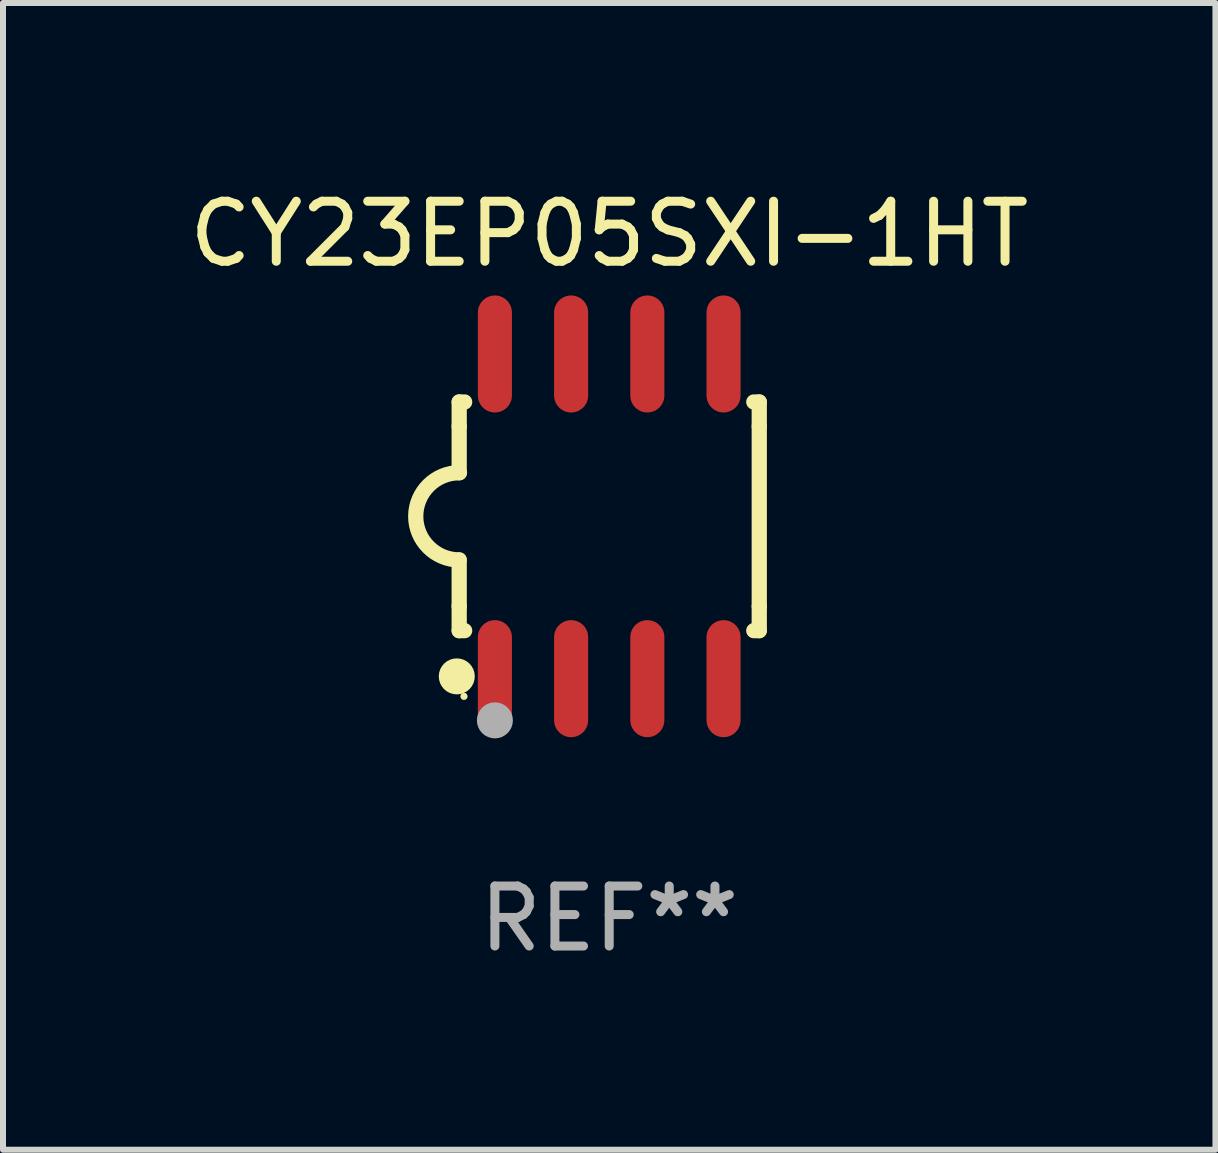
<source format=kicad_pcb>
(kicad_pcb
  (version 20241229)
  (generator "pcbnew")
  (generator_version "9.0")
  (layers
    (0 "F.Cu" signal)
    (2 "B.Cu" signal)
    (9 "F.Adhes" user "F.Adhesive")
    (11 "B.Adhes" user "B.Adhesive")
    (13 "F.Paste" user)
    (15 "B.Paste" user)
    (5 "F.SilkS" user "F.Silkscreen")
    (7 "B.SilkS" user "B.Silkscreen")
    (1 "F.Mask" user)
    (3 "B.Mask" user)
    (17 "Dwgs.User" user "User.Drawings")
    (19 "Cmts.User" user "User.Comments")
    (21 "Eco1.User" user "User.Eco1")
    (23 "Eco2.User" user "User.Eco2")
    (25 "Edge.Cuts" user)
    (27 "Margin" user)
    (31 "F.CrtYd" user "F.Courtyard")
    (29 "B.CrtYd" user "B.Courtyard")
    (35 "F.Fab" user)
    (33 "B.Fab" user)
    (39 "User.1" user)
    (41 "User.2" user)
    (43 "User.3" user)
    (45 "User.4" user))
  (footprint "CY23EP05SXI-1HT"
    (layer "F.Cu")
    (at 7.101 5.553)
    (property "Reference" "CY23EP05SXI-1HT" (at 0 -4.705 0) (layer "F.SilkS") (effects (font (size 1 1) (thickness 0.15))))
    (attr through_hole)
    (fp_line (start -2.5 -1.905) (end -2.409 -1.905) (stroke (width 0.254) (type solid)) (layer "F.SilkS"))
    (fp_line (start -2.5 -1.5) (end -2.5 -1.905) (stroke (width 0.254) (type solid)) (layer "F.SilkS"))
    (fp_line (start -2.5 -1.5) (end -2.5 -0.726) (stroke (width 0.254) (type solid)) (layer "F.SilkS"))
    (fp_line (start -2.5 1.5) (end -2.5 0.727) (stroke (width 0.254) (type solid)) (layer "F.SilkS"))
    (fp_line (start -2.5 1.5) (end -2.5 1.905) (stroke (width 0.254) (type solid)) (layer "F.SilkS"))
    (fp_line (start -2.5 1.905) (end -2.409 1.905) (stroke (width 0.254) (type solid)) (layer "F.SilkS"))
    (fp_line (start 2.5 -1.905) (end 2.409 -1.905) (stroke (width 0.254) (type solid)) (layer "F.SilkS"))
    (fp_line (start 2.5 -1.5) (end 2.5 -1.905) (stroke (width 0.254) (type solid)) (layer "F.SilkS"))
    (fp_line (start 2.5 -1.5) (end 2.5 1.5) (stroke (width 0.254) (type solid)) (layer "F.SilkS"))
    (fp_line (start 2.5 1.5) (end 2.5 1.905) (stroke (width 0.254) (type solid)) (layer "F.SilkS"))
    (fp_line (start 2.5 1.905) (end 2.409 1.905) (stroke (width 0.254) (type solid)) (layer "F.SilkS"))
    (fp_arc (start -2.5 0.726568) (mid -3.220316 -0.0023) (end -2.495097 -0.726289) (stroke (width 0.254001) (type solid)) (layer "F.SilkS"))
    (fp_circle (center -2.54 2.667) (end -2.39 2.667) (stroke (width 0.3) (type solid)) (fill no) (layer "F.SilkS"))
    (fp_circle (center -2.42 3) (end -2.39 3) (stroke (width 0.06) (type solid)) (fill no) (layer "F.SilkS"))
    (fp_circle (center -1.905 3.4) (end -1.755 3.4) (stroke (width 0.3) (type solid)) (fill no) (layer "F.Fab"))
    (fp_text user "REF**" (at 0 6.705 0) (layer "F.Fab") (effects (font (size 1 1) (thickness 0.15))))
    (pad "1" smd oval (at -1.905 2.705) (size 0.568 1.95) (layers "F.Cu" "F.Mask" "F.Paste"))
    (pad "2" smd oval (at -0.635 2.705) (size 0.568 1.95) (layers "F.Cu" "F.Mask" "F.Paste"))
    (pad "3" smd oval (at 0.635 2.705) (size 0.568 1.95) (layers "F.Cu" "F.Mask" "F.Paste"))
    (pad "4" smd oval (at 1.905 2.705) (size 0.568 1.95) (layers "F.Cu" "F.Mask" "F.Paste"))
    (pad "5" smd oval (at 1.905 -2.705) (size 0.568 1.95) (layers "F.Cu" "F.Mask" "F.Paste"))
    (pad "6" smd oval (at 0.635 -2.705) (size 0.568 1.95) (layers "F.Cu" "F.Mask" "F.Paste"))
    (pad "7" smd oval (at -0.635 -2.705) (size 0.568 1.95) (layers "F.Cu" "F.Mask" "F.Paste"))
    (pad "8" smd oval (at -1.905 -2.705) (size 0.568 1.95) (layers "F.Cu" "F.Mask" "F.Paste")))
  (gr_rect
    (start -3 -3)
    (end 17.202 16.107)
    (stroke (width 0.1) (type default))
    (fill no)
    (layer "Edge.Cuts")))
</source>
